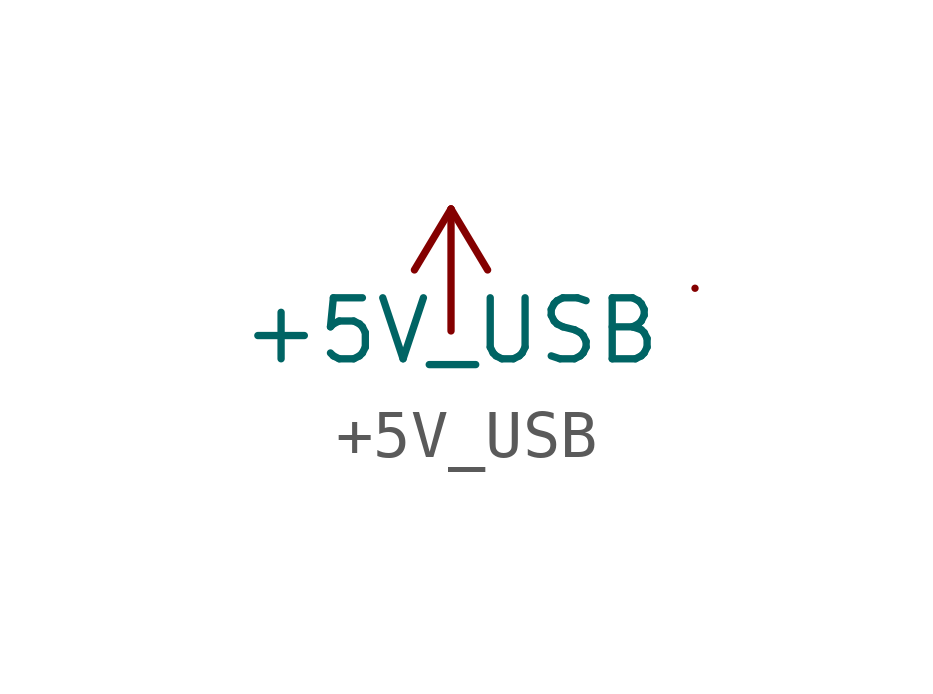
<source format=kicad_sym>
(kicad_symbol_lib
  (version 20231120)
  (generator "kicad_symbol_editor")
  (generator_version "8.0")
  (symbol "+5V_USB"
    (power)
    (property "Reference" "#PWR"
      (at 0 0 0)
      (effects (font (size 1.27 1.27)) (hide yes)))
    (property "Value" "+5V_USB"
      (at 0 0 0)
      (effects (font (size 1.27 1.27))))
    (symbol "+5V_USB_0_1"
      (polyline (pts (xy 0 0) (xy 0 2.54)) (stroke (width 0) (type default)) (fill (type none)))
      (polyline (pts (xy 0 2.54) (xy -0.762 1.27)) (stroke (width 0) (type default)) (fill (type none)))
      (polyline (pts (xy 0 2.54) (xy 0.762 1.27)) (stroke (width 0) (type default)) (fill (type none)))
      (polyline (pts (xy 5.08 0.889) (xy 5.08 0.889)) (stroke (width 0) (type default)) (fill (type none))))
    (symbol "+5V_USB_1_1"
      (pin power_out line (at 0 0 90) (length 2.54) hide (name "+5V_USB" (effects (font (size 1.27 1.27)))) (number "1" (effects (font (size 1.27 1.27))))))))
</source>
